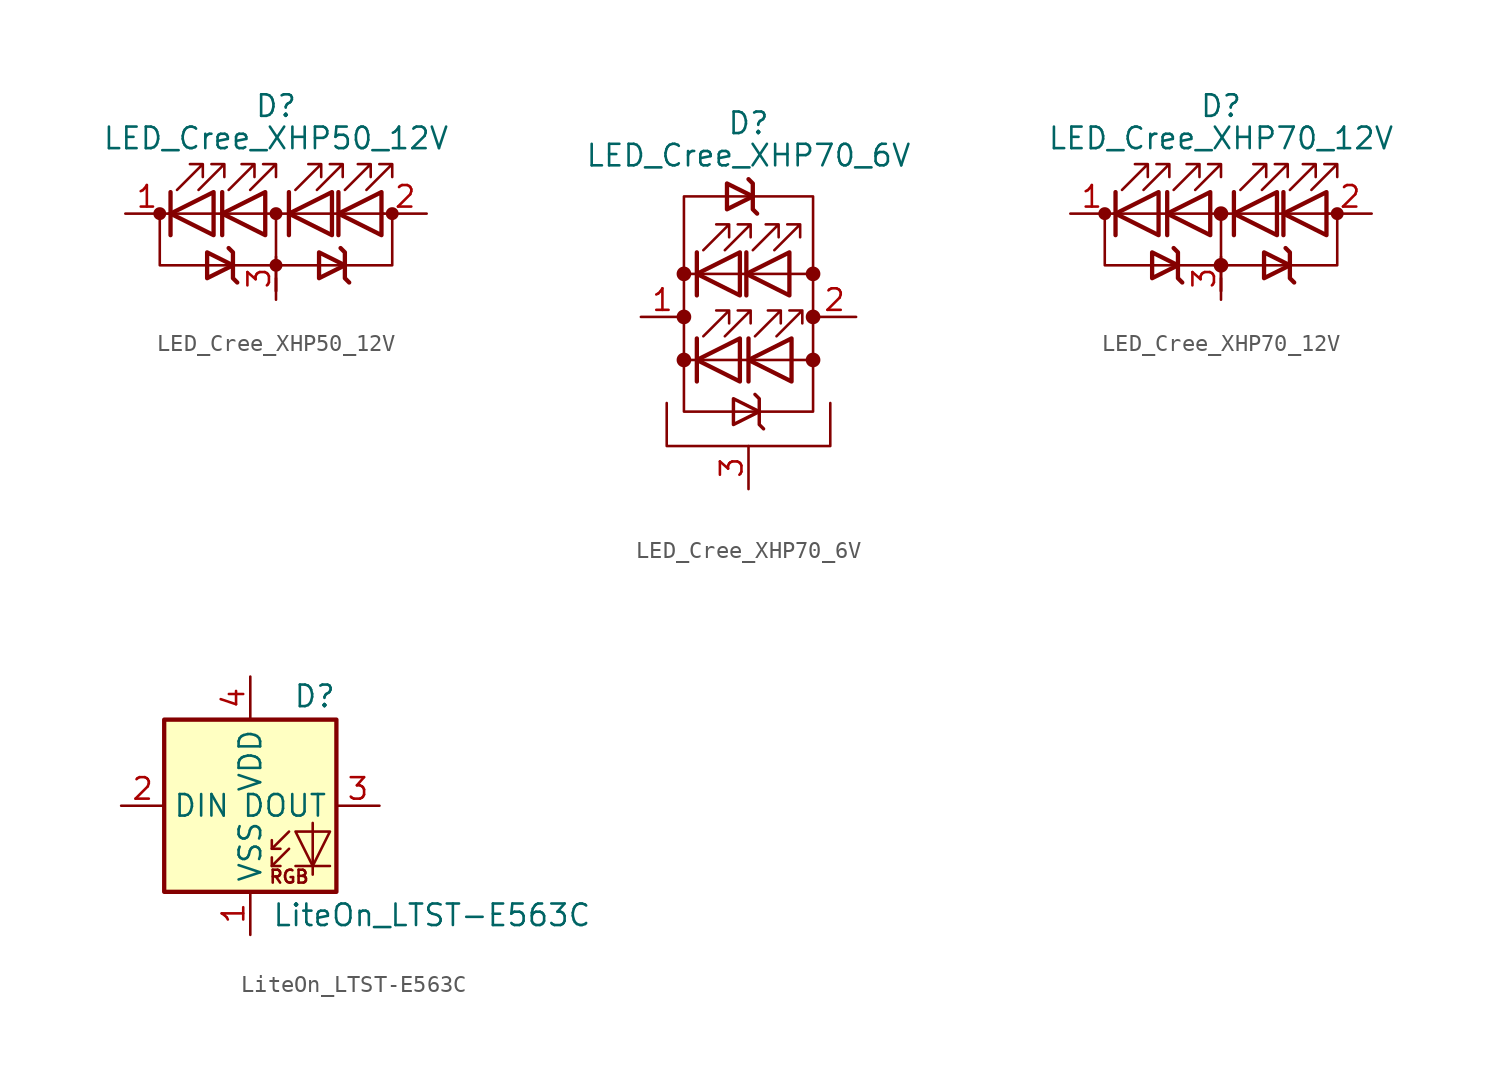
<source format=kicad_sym>
(kicad_symbol_lib
  (version 20241209)
  (generator "kicad_symbol_editor")
  (generator_version "9.0")
  (symbol "LED_Cree_XHP50_12V"
    (pin_names
      (offset 1.016)
      (hide yes))
    (property "Reference" "D"
      (at 0 6.35 0)
      (effects (font (size 1.27 1.27))))
    (property "Value" "LED_Cree_XHP50_12V"
      (at 0 4.445 0)
      (effects (font (size 1.27 1.27))))
    (symbol "LED_Cree_XHP50_12V_0_1"
      (circle (center -6.858 0) (radius 0.254) (stroke (width 0.254) (type default)) (fill (type outline)))
      (polyline (pts (xy -6.858 0) (xy -6.858 -3.048) (xy 6.858 -3.048) (xy 6.858 0)) (stroke (width 0) (type default)) (fill (type none)))
      (polyline (pts (xy -6.35 0) (xy 6.35 0)) (stroke (width 0) (type default)) (fill (type none)))
      (polyline (pts (xy -6.223 -1.27) (xy -6.223 1.27)) (stroke (width 0.254) (type default)) (fill (type none)))
      (polyline (pts (xy -5.842 1.397) (xy -4.318 2.921) (xy -5.08 2.921) (xy -4.318 2.921) (xy -4.318 2.159)) (stroke (width 0) (type default)) (fill (type none)))
      (polyline (pts (xy -4.572 1.397) (xy -3.048 2.921) (xy -3.81 2.921) (xy -3.048 2.921) (xy -3.048 2.159)) (stroke (width 0) (type default)) (fill (type none)))
      (polyline (pts (xy -4.064 -3.81) (xy -4.064 -2.286) (xy -2.54 -3.048) (xy -4.064 -3.81) (xy -4.064 -3.556)) (stroke (width 0.254) (type default)) (fill (type none)))
      (polyline (pts (xy -3.683 -1.27) (xy -3.683 1.27) (xy -6.223 0) (xy -3.683 -1.27)) (stroke (width 0.254) (type default)) (fill (type none)))
      (polyline (pts (xy -3.175 -1.27) (xy -3.175 1.27)) (stroke (width 0.254) (type default)) (fill (type none)))
      (polyline (pts (xy -2.794 1.397) (xy -1.27 2.921) (xy -2.032 2.921) (xy -1.27 2.921) (xy -1.27 2.159)) (stroke (width 0) (type default)) (fill (type none)))
      (polyline (pts (xy -2.286 -4.064) (xy -2.54 -3.81) (xy -2.54 -2.286) (xy -2.794 -2.032)) (stroke (width 0.254) (type default)) (fill (type none)))
      (polyline (pts (xy -1.524 1.397) (xy 0 2.921) (xy -0.762 2.921) (xy 0 2.921) (xy 0 2.159)) (stroke (width 0) (type default)) (fill (type none)))
      (polyline (pts (xy -0.635 -1.27) (xy -0.635 1.27) (xy -3.175 0) (xy -0.635 -1.27)) (stroke (width 0.254) (type default)) (fill (type none)))
      (polyline (pts (xy 0 0) (xy 0 -4.572)) (stroke (width 0) (type default)) (fill (type none)))
      (circle (center 0 0) (radius 0.254) (stroke (width 0.254) (type default)) (fill (type outline)))
      (circle (center 0 -3.048) (radius 0.254) (stroke (width 0.254) (type default)) (fill (type outline)))
      (polyline (pts (xy 0 -3.81) (xy 0 -4.572)) (stroke (width 0) (type default)) (fill (type none)))
      (polyline (pts (xy 0.762 -1.27) (xy 0.762 1.27)) (stroke (width 0.254) (type default)) (fill (type none)))
      (polyline (pts (xy 1.143 1.397) (xy 2.667 2.921) (xy 1.905 2.921) (xy 2.667 2.921) (xy 2.667 2.159)) (stroke (width 0) (type default)) (fill (type none)))
      (polyline (pts (xy 2.413 1.397) (xy 3.937 2.921) (xy 3.175 2.921) (xy 3.937 2.921) (xy 3.937 2.159)) (stroke (width 0) (type default)) (fill (type none)))
      (polyline (pts (xy 2.54 -3.81) (xy 2.54 -2.286) (xy 4.064 -3.048) (xy 2.54 -3.81) (xy 2.54 -3.556)) (stroke (width 0.254) (type default)) (fill (type none)))
      (polyline (pts (xy 3.302 -1.27) (xy 3.302 1.27) (xy 0.762 0) (xy 3.302 -1.27)) (stroke (width 0.254) (type default)) (fill (type none)))
      (polyline (pts (xy 3.683 -1.27) (xy 3.683 1.27)) (stroke (width 0.254) (type default)) (fill (type none)))
      (polyline (pts (xy 4.064 1.397) (xy 5.588 2.921) (xy 4.826 2.921) (xy 5.588 2.921) (xy 5.588 2.159)) (stroke (width 0) (type default)) (fill (type none)))
      (polyline (pts (xy 4.318 -4.064) (xy 4.064 -3.81) (xy 4.064 -2.286) (xy 3.81 -2.032)) (stroke (width 0.254) (type default)) (fill (type none)))
      (polyline (pts (xy 5.334 1.397) (xy 6.858 2.921) (xy 6.096 2.921) (xy 6.858 2.921) (xy 6.858 2.159)) (stroke (width 0) (type default)) (fill (type none)))
      (polyline (pts (xy 6.223 -1.27) (xy 6.223 1.27) (xy 3.683 0) (xy 6.223 -1.27)) (stroke (width 0.254) (type default)) (fill (type none)))
      (circle (center 6.858 0) (radius 0.254) (stroke (width 0.254) (type default)) (fill (type outline))))
    (symbol "LED_Cree_XHP50_12V_1_1"
      (pin passive line (at -8.89 0 0) (length 2.54) (name "K" (effects (font (size 1.27 1.27)))) (number "1" (effects (font (size 1.27 1.27)))))
      (pin passive line (at 0 -5.08 90) (length 2.54) (name "PAD" (effects (font (size 1.27 1.27)))) (number "3" (effects (font (size 1.27 1.27)))))
      (pin passive line (at 8.89 0 180) (length 2.54) (name "A" (effects (font (size 1.27 1.27)))) (number "2" (effects (font (size 1.27 1.27)))))))
  (symbol "LED_Cree_XHP70_6V"
    (pin_names
      (offset 1.016)
      (hide yes))
    (property "Reference" "D"
      (at 0 11.43 0)
      (effects (font (size 1.27 1.27))))
    (property "Value" "LED_Cree_XHP70_6V"
      (at 0 9.525 0)
      (effects (font (size 1.27 1.27))))
    (symbol "LED_Cree_XHP70_6V_0_1"
      (polyline (pts (xy -4.826 -5.08) (xy -4.826 -7.62) (xy 4.826 -7.62) (xy 4.826 -5.08)) (stroke (width 0) (type default)) (fill (type none)))
      (circle (center -3.81 2.54) (radius 0.356) (stroke (width 0) (type default)) (fill (type outline)))
      (circle (center -3.81 0) (radius 0.356) (stroke (width 0) (type default)) (fill (type outline)))
      (circle (center -3.81 -2.54) (radius 0.356) (stroke (width 0) (type default)) (fill (type outline)))
      (polyline (pts (xy -3.81 -2.54) (xy 3.81 -2.54)) (stroke (width 0) (type default)) (fill (type none)))
      (polyline (pts (xy -3.81 -5.588) (xy -3.81 7.112) (xy 3.81 7.112) (xy 3.81 -5.588) (xy -3.81 -5.588)) (stroke (width 0) (type default)) (fill (type none)))
      (polyline (pts (xy -3.048 1.27) (xy -3.048 3.81)) (stroke (width 0.254) (type default)) (fill (type none)))
      (polyline (pts (xy -3.048 -3.81) (xy -3.048 -1.27)) (stroke (width 0.254) (type default)) (fill (type none)))
      (polyline (pts (xy -2.667 3.937) (xy -1.143 5.461) (xy -1.905 5.461) (xy -1.143 5.461) (xy -1.143 4.699)) (stroke (width 0) (type default)) (fill (type none)))
      (polyline (pts (xy -2.667 -1.143) (xy -1.143 0.381) (xy -1.905 0.381) (xy -1.143 0.381) (xy -1.143 -0.381)) (stroke (width 0) (type default)) (fill (type none)))
      (polyline (pts (xy -1.397 3.937) (xy 0.127 5.461) (xy -0.635 5.461) (xy 0.127 5.461) (xy 0.127 4.699)) (stroke (width 0) (type default)) (fill (type none)))
      (polyline (pts (xy -1.397 -1.143) (xy 0.127 0.381) (xy -0.635 0.381) (xy 0.127 0.381) (xy 0.127 -0.381)) (stroke (width 0) (type default)) (fill (type none)))
      (polyline (pts (xy -1.27 6.35) (xy -1.27 7.874) (xy 0.254 7.112) (xy -1.27 6.35) (xy -1.27 6.604)) (stroke (width 0.254) (type default)) (fill (type none)))
      (polyline (pts (xy -0.889 -6.35) (xy -0.889 -4.826) (xy 0.635 -5.588) (xy -0.889 -6.35) (xy -0.889 -6.096)) (stroke (width 0.203) (type default)) (fill (type none)))
      (polyline (pts (xy -0.508 1.27) (xy -0.508 3.81) (xy -3.048 2.54) (xy -0.508 1.27)) (stroke (width 0.254) (type default)) (fill (type none)))
      (polyline (pts (xy -0.508 -3.81) (xy -0.508 -1.27) (xy -3.048 -2.54) (xy -0.508 -3.81)) (stroke (width 0.254) (type default)) (fill (type none)))
      (polyline (pts (xy -0.127 1.27) (xy -0.127 3.81)) (stroke (width 0.254) (type default)) (fill (type none)))
      (polyline (pts (xy 0 -3.81) (xy 0 -1.27)) (stroke (width 0.254) (type default)) (fill (type none)))
      (polyline (pts (xy 0.254 3.937) (xy 1.778 5.461) (xy 1.016 5.461) (xy 1.778 5.461) (xy 1.778 4.699)) (stroke (width 0) (type default)) (fill (type none)))
      (polyline (pts (xy 0.381 -1.143) (xy 1.905 0.381) (xy 1.143 0.381) (xy 1.905 0.381) (xy 1.905 -0.381)) (stroke (width 0) (type default)) (fill (type none)))
      (polyline (pts (xy 0.508 6.096) (xy 0.254 6.35) (xy 0.254 7.874) (xy 0 8.128)) (stroke (width 0.254) (type default)) (fill (type none)))
      (polyline (pts (xy 0.889 -6.604) (xy 0.635 -6.35) (xy 0.635 -4.826) (xy 0.381 -4.572)) (stroke (width 0.203) (type default)) (fill (type none)))
      (polyline (pts (xy 1.524 3.937) (xy 3.048 5.461) (xy 2.286 5.461) (xy 3.048 5.461) (xy 3.048 4.699)) (stroke (width 0) (type default)) (fill (type none)))
      (polyline (pts (xy 1.651 -1.143) (xy 3.175 0.381) (xy 2.413 0.381) (xy 3.175 0.381) (xy 3.175 -0.381)) (stroke (width 0) (type default)) (fill (type none)))
      (polyline (pts (xy 2.413 1.27) (xy 2.413 3.81) (xy -0.127 2.54) (xy 2.413 1.27)) (stroke (width 0.254) (type default)) (fill (type none)))
      (polyline (pts (xy 2.54 -3.81) (xy 2.54 -1.27) (xy 0 -2.54) (xy 2.54 -3.81)) (stroke (width 0.254) (type default)) (fill (type none)))
      (polyline (pts (xy 3.81 2.54) (xy -3.81 2.54)) (stroke (width 0) (type default)) (fill (type none)))
      (circle (center 3.81 2.54) (radius 0.356) (stroke (width 0) (type default)) (fill (type outline)))
      (circle (center 3.81 0) (radius 0.356) (stroke (width 0) (type default)) (fill (type outline)))
      (circle (center 3.81 -2.54) (radius 0.356) (stroke (width 0) (type default)) (fill (type outline))))
    (symbol "LED_Cree_XHP70_6V_1_1"
      (pin passive line (at -6.35 0 0) (length 2.54) (name "K" (effects (font (size 1.27 1.27)))) (number "1" (effects (font (size 1.27 1.27)))))
      (pin passive line (at 0 -10.16 90) (length 2.54) (name "PAD" (effects (font (size 1.27 1.27)))) (number "3" (effects (font (size 1.27 1.27)))))
      (pin passive line (at 6.35 0 180) (length 2.54) (name "A" (effects (font (size 1.27 1.27)))) (number "2" (effects (font (size 1.27 1.27)))))))
  (symbol "LED_Cree_XHP70_12V"
    (pin_names
      (offset 1.016)
      (hide yes))
    (property "Reference" "D"
      (at 0 6.35 0)
      (effects (font (size 1.27 1.27))))
    (property "Value" "LED_Cree_XHP70_12V"
      (at 0 4.445 0)
      (effects (font (size 1.27 1.27))))
    (symbol "LED_Cree_XHP70_12V_0_1"
      (circle (center -6.858 0) (radius 0.254) (stroke (width 0.254) (type default)) (fill (type outline)))
      (polyline (pts (xy -6.858 0) (xy -6.858 -3.048) (xy 6.858 -3.048) (xy 6.858 0)) (stroke (width 0) (type default)) (fill (type none)))
      (polyline (pts (xy -6.35 0) (xy 6.35 0)) (stroke (width 0) (type default)) (fill (type none)))
      (polyline (pts (xy -6.223 -1.27) (xy -6.223 1.27)) (stroke (width 0.254) (type default)) (fill (type none)))
      (polyline (pts (xy -5.842 1.397) (xy -4.318 2.921) (xy -5.08 2.921) (xy -4.318 2.921) (xy -4.318 2.159)) (stroke (width 0) (type default)) (fill (type none)))
      (polyline (pts (xy -4.572 1.397) (xy -3.048 2.921) (xy -3.81 2.921) (xy -3.048 2.921) (xy -3.048 2.159)) (stroke (width 0) (type default)) (fill (type none)))
      (polyline (pts (xy -4.064 -3.81) (xy -4.064 -2.286) (xy -2.54 -3.048) (xy -4.064 -3.81) (xy -4.064 -3.556)) (stroke (width 0.254) (type default)) (fill (type none)))
      (polyline (pts (xy -3.683 -1.27) (xy -3.683 1.27) (xy -6.223 0) (xy -3.683 -1.27)) (stroke (width 0.254) (type default)) (fill (type none)))
      (polyline (pts (xy -3.175 -1.27) (xy -3.175 1.27)) (stroke (width 0.254) (type default)) (fill (type none)))
      (polyline (pts (xy -2.794 1.397) (xy -1.27 2.921) (xy -2.032 2.921) (xy -1.27 2.921) (xy -1.27 2.159)) (stroke (width 0) (type default)) (fill (type none)))
      (polyline (pts (xy -2.286 -4.064) (xy -2.54 -3.81) (xy -2.54 -2.286) (xy -2.794 -2.032)) (stroke (width 0.254) (type default)) (fill (type none)))
      (polyline (pts (xy -1.524 1.397) (xy 0 2.921) (xy -0.762 2.921) (xy 0 2.921) (xy 0 2.159)) (stroke (width 0) (type default)) (fill (type none)))
      (polyline (pts (xy -0.635 -1.27) (xy -0.635 1.27) (xy -3.175 0) (xy -0.635 -1.27)) (stroke (width 0.254) (type default)) (fill (type none)))
      (polyline (pts (xy 0 0) (xy 0 -4.572)) (stroke (width 0) (type default)) (fill (type none)))
      (circle (center 0 0) (radius 0.356) (stroke (width 0) (type default)) (fill (type outline)))
      (circle (center 0 -3.048) (radius 0.356) (stroke (width 0) (type default)) (fill (type outline)))
      (polyline (pts (xy 0 -3.81) (xy 0 -4.572)) (stroke (width 0) (type default)) (fill (type none)))
      (polyline (pts (xy 0.762 -1.27) (xy 0.762 1.27)) (stroke (width 0.254) (type default)) (fill (type none)))
      (polyline (pts (xy 1.143 1.397) (xy 2.667 2.921) (xy 1.905 2.921) (xy 2.667 2.921) (xy 2.667 2.159)) (stroke (width 0) (type default)) (fill (type none)))
      (polyline (pts (xy 2.413 1.397) (xy 3.937 2.921) (xy 3.175 2.921) (xy 3.937 2.921) (xy 3.937 2.159)) (stroke (width 0) (type default)) (fill (type none)))
      (polyline (pts (xy 2.54 -3.81) (xy 2.54 -2.286) (xy 4.064 -3.048) (xy 2.54 -3.81) (xy 2.54 -3.556)) (stroke (width 0.254) (type default)) (fill (type none)))
      (polyline (pts (xy 3.302 -1.27) (xy 3.302 1.27) (xy 0.762 0) (xy 3.302 -1.27)) (stroke (width 0.254) (type default)) (fill (type none)))
      (polyline (pts (xy 3.683 -1.27) (xy 3.683 1.27)) (stroke (width 0.254) (type default)) (fill (type none)))
      (polyline (pts (xy 4.064 1.397) (xy 5.588 2.921) (xy 4.826 2.921) (xy 5.588 2.921) (xy 5.588 2.159)) (stroke (width 0) (type default)) (fill (type none)))
      (polyline (pts (xy 4.318 -4.064) (xy 4.064 -3.81) (xy 4.064 -2.286) (xy 3.81 -2.032)) (stroke (width 0.254) (type default)) (fill (type none)))
      (polyline (pts (xy 5.334 1.397) (xy 6.858 2.921) (xy 6.096 2.921) (xy 6.858 2.921) (xy 6.858 2.159)) (stroke (width 0) (type default)) (fill (type none)))
      (polyline (pts (xy 6.223 -1.27) (xy 6.223 1.27) (xy 3.683 0) (xy 6.223 -1.27)) (stroke (width 0.254) (type default)) (fill (type none)))
      (circle (center 6.858 0) (radius 0.254) (stroke (width 0.254) (type default)) (fill (type outline))))
    (symbol "LED_Cree_XHP70_12V_1_1"
      (pin passive line (at -8.89 0 0) (length 2.54) (name "K" (effects (font (size 1.27 1.27)))) (number "1" (effects (font (size 1.27 1.27)))))
      (pin passive line (at 0 -5.08 90) (length 2.54) (name "PAD" (effects (font (size 1.27 1.27)))) (number "3" (effects (font (size 1.27 1.27)))))
      (pin passive line (at 8.89 0 180) (length 2.54) (name "A" (effects (font (size 1.27 1.27)))) (number "2" (effects (font (size 1.27 1.27)))))))
  (symbol "LiteOn_LTST-E563C"
    (property "Reference" "D"
      (at 5.08 5.715 0)
      (effects (font (size 1.27 1.27)) (justify right bottom)))
    (property "Value" "LiteOn_LTST-E563C"
      (at 1.27 -5.715 0)
      (effects (font (size 1.27 1.27)) (justify left top)))
    (symbol "LiteOn_LTST-E563C_0_0"
      (text "RGB" (at 2.286 -4.191 0) (effects (font (size 0.762 0.762)))))
    (symbol "LiteOn_LTST-E563C_0_1"
      (polyline (pts (xy 1.27 -2.54) (xy 1.778 -2.54)) (stroke (width 0) (type default)) (fill (type none)))
      (polyline (pts (xy 1.27 -3.556) (xy 1.778 -3.556)) (stroke (width 0) (type default)) (fill (type none)))
      (polyline (pts (xy 2.286 -1.524) (xy 1.27 -2.54) (xy 1.27 -2.032)) (stroke (width 0) (type default)) (fill (type none)))
      (polyline (pts (xy 2.286 -2.54) (xy 1.27 -3.556) (xy 1.27 -3.048)) (stroke (width 0) (type default)) (fill (type none)))
      (polyline (pts (xy 3.683 -1.016) (xy 3.683 -3.556) (xy 3.683 -4.064)) (stroke (width 0) (type default)) (fill (type none)))
      (polyline (pts (xy 4.699 -1.524) (xy 2.667 -1.524) (xy 3.683 -3.556) (xy 4.699 -1.524)) (stroke (width 0) (type default)) (fill (type none)))
      (polyline (pts (xy 4.699 -3.556) (xy 2.667 -3.556)) (stroke (width 0) (type default)) (fill (type none)))
      (rectangle (start 5.08 5.08) (end -5.08 -5.08) (stroke (width 0.254) (type default)) (fill (type background))))
    (symbol "LiteOn_LTST-E563C_1_1"
      (pin input line (at -7.62 0 0) (length 2.54) (name "DIN" (effects (font (size 1.27 1.27)))) (number "2" (effects (font (size 1.27 1.27)))))
      (pin power_in line (at 0 7.62 270) (length 2.54) (name "VDD" (effects (font (size 1.27 1.27)))) (number "4" (effects (font (size 1.27 1.27)))))
      (pin power_in line (at 0 -7.62 90) (length 2.54) (name "VSS" (effects (font (size 1.27 1.27)))) (number "1" (effects (font (size 1.27 1.27)))))
      (pin output line (at 7.62 0 180) (length 2.54) (name "DOUT" (effects (font (size 1.27 1.27)))) (number "3" (effects (font (size 1.27 1.27))))))))
</source>
